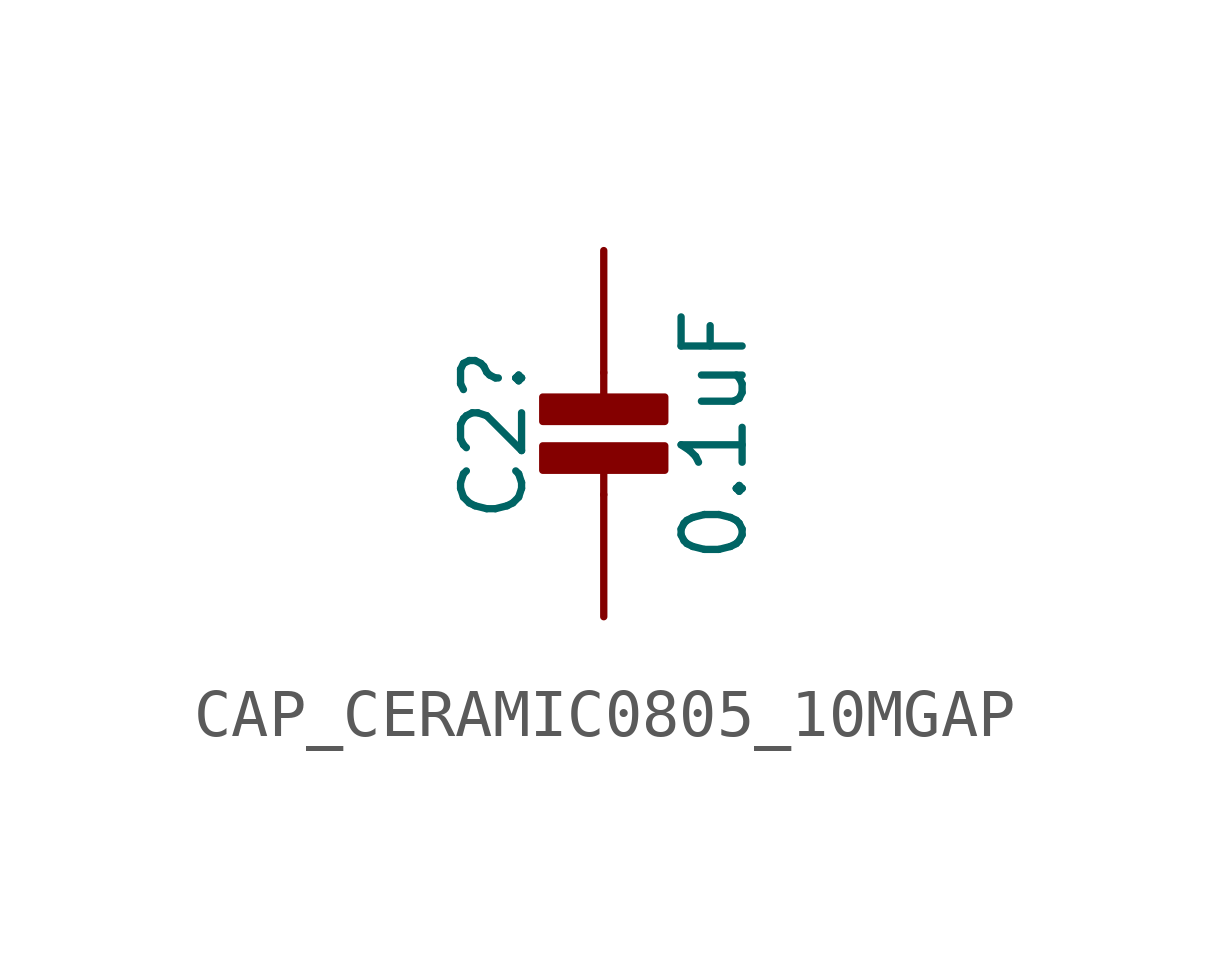
<source format=kicad_sym>
(kicad_symbol_lib
  (version 20220914)
  (generator kicad_symbol_editor)
  (symbol "CAP_CERAMIC0805_10MGAP"
    (property "Reference" "C2"
      (at -2.29 1.25 90)
      (effects (font (size 1.27 1.27))))
    (property "Value" "0.1uF"
      (at 2.3 1.25 90)
      (effects (font (size 1.27 1.27))))
    (property "ki_locked" ""
      (at 0 0 0)
      (effects (font (size 1.27 1.27))))
    (symbol "CAP_CERAMIC0805_10MGAP_1_0"
      (rectangle (start -1.27 0.508) (end 1.27 1.016) (stroke (width 0) (type default)) (fill (type outline)))
      (rectangle (start -1.27 1.524) (end 1.27 2.032) (stroke (width 0) (type default)) (fill (type outline)))
      (polyline (pts (xy 0 0.762) (xy 0 0)) (stroke (width 0.152) (type solid)) (fill (type none)))
      (polyline (pts (xy 0 2.54) (xy 0 1.778)) (stroke (width 0.152) (type solid)) (fill (type none)))
      (pin passive line (at 0 5.08 270) (length 2.54) (name "1" (effects (font (size 0 0)))) (number "1" (effects (font (size 0 0)))))
      (pin passive line (at 0 -2.54 90) (length 2.54) (name "2" (effects (font (size 0 0)))) (number "2" (effects (font (size 0 0))))))))
</source>
